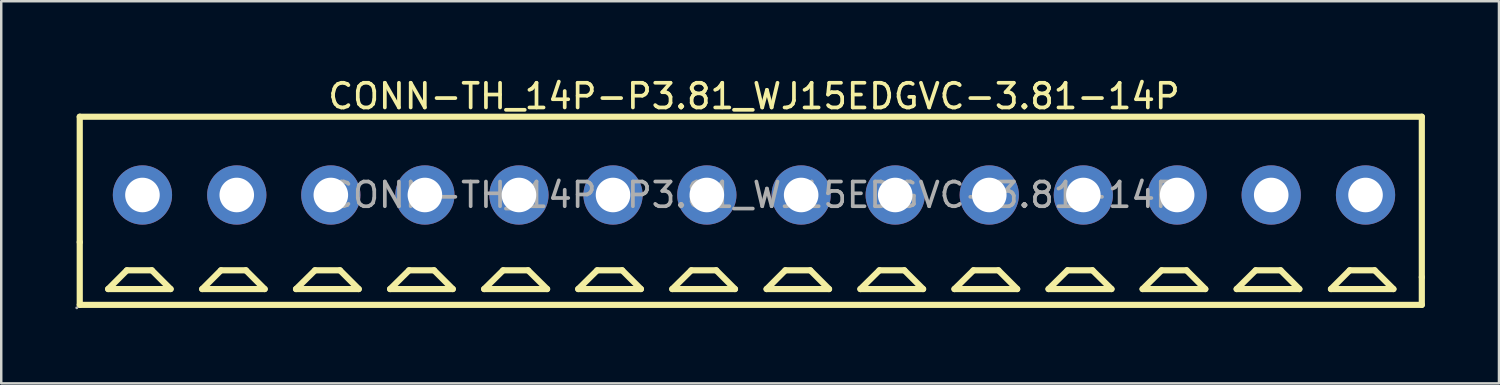
<source format=kicad_pcb>
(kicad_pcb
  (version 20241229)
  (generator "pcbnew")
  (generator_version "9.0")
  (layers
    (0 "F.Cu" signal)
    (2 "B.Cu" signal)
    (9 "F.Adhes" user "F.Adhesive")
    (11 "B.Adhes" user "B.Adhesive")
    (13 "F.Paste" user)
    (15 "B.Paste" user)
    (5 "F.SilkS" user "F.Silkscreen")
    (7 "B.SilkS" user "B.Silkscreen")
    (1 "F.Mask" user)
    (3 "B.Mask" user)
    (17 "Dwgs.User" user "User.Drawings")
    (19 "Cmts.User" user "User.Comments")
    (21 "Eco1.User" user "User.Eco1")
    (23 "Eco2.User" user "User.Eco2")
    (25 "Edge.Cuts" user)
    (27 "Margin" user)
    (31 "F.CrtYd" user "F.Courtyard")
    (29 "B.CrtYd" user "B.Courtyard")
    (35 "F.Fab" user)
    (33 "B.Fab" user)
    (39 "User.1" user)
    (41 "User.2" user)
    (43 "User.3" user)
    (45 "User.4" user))
  (footprint "CONN-TH_14P-P3.81_WJ15EDGVC-3.81-14P"
    (layer "F.Cu")
    (at 27.49 4.848)
    (property "Reference" "CONN-TH_14P-P3.81_WJ15EDGVC-3.81-14P" (at 0 -4 0) (layer "F.SilkS") (effects (font (size 1 1) (thickness 0.15))))
    (attr through_hole)
    (fp_line (start -27.31 -3.17) (end -27.31 1.91) (stroke (width 0.25) (type solid)) (layer "F.SilkS"))
    (fp_line (start -27.31 -3.17) (end 27.05 -3.17) (stroke (width 0.25) (type solid)) (layer "F.SilkS"))
    (fp_line (start -27.31 1.91) (end -27.31 4.45) (stroke (width 0.25) (type solid)) (layer "F.SilkS"))
    (fp_line (start -26.16 3.81) (end -25.4 3.05) (stroke (width 0.25) (type solid)) (layer "F.SilkS"))
    (fp_line (start -25.4 3.05) (end -24.39 3.05) (stroke (width 0.25) (type solid)) (layer "F.SilkS"))
    (fp_line (start -24.39 3.05) (end -23.63 3.81) (stroke (width 0.25) (type solid)) (layer "F.SilkS"))
    (fp_line (start -23.63 3.81) (end -26.16 3.81) (stroke (width 0.25) (type solid)) (layer "F.SilkS"))
    (fp_line (start -22.35 3.81) (end -21.59 3.05) (stroke (width 0.25) (type solid)) (layer "F.SilkS"))
    (fp_line (start -21.59 3.05) (end -20.58 3.05) (stroke (width 0.25) (type solid)) (layer "F.SilkS"))
    (fp_line (start -20.58 3.05) (end -19.82 3.81) (stroke (width 0.25) (type solid)) (layer "F.SilkS"))
    (fp_line (start -19.82 3.81) (end -22.35 3.81) (stroke (width 0.25) (type solid)) (layer "F.SilkS"))
    (fp_line (start -18.55 3.81) (end -17.78 3.05) (stroke (width 0.25) (type solid)) (layer "F.SilkS"))
    (fp_line (start -17.78 3.05) (end -16.77 3.05) (stroke (width 0.25) (type solid)) (layer "F.SilkS"))
    (fp_line (start -16.77 3.05) (end -16.01 3.81) (stroke (width 0.25) (type solid)) (layer "F.SilkS"))
    (fp_line (start -16.01 3.81) (end -18.55 3.81) (stroke (width 0.25) (type solid)) (layer "F.SilkS"))
    (fp_line (start -14.74 3.81) (end -13.97 3.05) (stroke (width 0.25) (type solid)) (layer "F.SilkS"))
    (fp_line (start -13.97 3.05) (end -12.96 3.05) (stroke (width 0.25) (type solid)) (layer "F.SilkS"))
    (fp_line (start -12.96 3.05) (end -12.2 3.81) (stroke (width 0.25) (type solid)) (layer "F.SilkS"))
    (fp_line (start -12.2 3.81) (end -14.74 3.81) (stroke (width 0.25) (type solid)) (layer "F.SilkS"))
    (fp_line (start -10.93 3.81) (end -10.16 3.05) (stroke (width 0.25) (type solid)) (layer "F.SilkS"))
    (fp_line (start -10.16 3.05) (end -9.15 3.05) (stroke (width 0.25) (type solid)) (layer "F.SilkS"))
    (fp_line (start -9.15 3.05) (end -8.38 3.81) (stroke (width 0.25) (type solid)) (layer "F.SilkS"))
    (fp_line (start -8.38 3.81) (end -10.93 3.81) (stroke (width 0.25) (type solid)) (layer "F.SilkS"))
    (fp_line (start -7.12 3.81) (end -6.35 3.05) (stroke (width 0.25) (type solid)) (layer "F.SilkS"))
    (fp_line (start -6.35 3.05) (end -5.34 3.05) (stroke (width 0.25) (type solid)) (layer "F.SilkS"))
    (fp_line (start -5.34 3.05) (end -4.58 3.81) (stroke (width 0.25) (type solid)) (layer "F.SilkS"))
    (fp_line (start -4.58 3.81) (end -7.12 3.81) (stroke (width 0.25) (type solid)) (layer "F.SilkS"))
    (fp_line (start -3.31 3.81) (end -2.54 3.05) (stroke (width 0.25) (type solid)) (layer "F.SilkS"))
    (fp_line (start -2.54 3.05) (end -1.53 3.05) (stroke (width 0.25) (type solid)) (layer "F.SilkS"))
    (fp_line (start -1.53 3.05) (end -0.77 3.81) (stroke (width 0.25) (type solid)) (layer "F.SilkS"))
    (fp_line (start -0.77 3.81) (end -3.31 3.81) (stroke (width 0.25) (type solid)) (layer "F.SilkS"))
    (fp_line (start 0.51 3.81) (end 1.27 3.05) (stroke (width 0.25) (type solid)) (layer "F.SilkS"))
    (fp_line (start 1.27 3.05) (end 2.28 3.05) (stroke (width 0.25) (type solid)) (layer "F.SilkS"))
    (fp_line (start 2.28 3.05) (end 3.04 3.81) (stroke (width 0.25) (type solid)) (layer "F.SilkS"))
    (fp_line (start 3.04 3.81) (end 0.51 3.81) (stroke (width 0.25) (type solid)) (layer "F.SilkS"))
    (fp_line (start 4.31 3.81) (end 5.08 3.05) (stroke (width 0.25) (type solid)) (layer "F.SilkS"))
    (fp_line (start 5.08 3.05) (end 6.09 3.05) (stroke (width 0.25) (type solid)) (layer "F.SilkS"))
    (fp_line (start 6.09 3.05) (end 6.85 3.81) (stroke (width 0.25) (type solid)) (layer "F.SilkS"))
    (fp_line (start 6.85 3.81) (end 4.31 3.81) (stroke (width 0.25) (type solid)) (layer "F.SilkS"))
    (fp_line (start 8.12 3.81) (end 8.89 3.05) (stroke (width 0.25) (type solid)) (layer "F.SilkS"))
    (fp_line (start 8.89 3.05) (end 9.9 3.05) (stroke (width 0.25) (type solid)) (layer "F.SilkS"))
    (fp_line (start 9.9 3.05) (end 10.66 3.81) (stroke (width 0.25) (type solid)) (layer "F.SilkS"))
    (fp_line (start 10.66 3.81) (end 8.12 3.81) (stroke (width 0.25) (type solid)) (layer "F.SilkS"))
    (fp_line (start 11.93 3.81) (end 12.7 3.05) (stroke (width 0.25) (type solid)) (layer "F.SilkS"))
    (fp_line (start 12.7 3.05) (end 13.71 3.05) (stroke (width 0.25) (type solid)) (layer "F.SilkS"))
    (fp_line (start 13.71 3.05) (end 14.48 3.81) (stroke (width 0.25) (type solid)) (layer "F.SilkS"))
    (fp_line (start 14.48 3.81) (end 11.93 3.81) (stroke (width 0.25) (type solid)) (layer "F.SilkS"))
    (fp_line (start 15.74 3.81) (end 16.51 3.05) (stroke (width 0.25) (type solid)) (layer "F.SilkS"))
    (fp_line (start 16.51 3.05) (end 17.52 3.05) (stroke (width 0.25) (type solid)) (layer "F.SilkS"))
    (fp_line (start 17.52 3.05) (end 18.28 3.81) (stroke (width 0.25) (type solid)) (layer "F.SilkS"))
    (fp_line (start 18.28 3.81) (end 15.74 3.81) (stroke (width 0.25) (type solid)) (layer "F.SilkS"))
    (fp_line (start 19.55 3.81) (end 20.32 3.05) (stroke (width 0.25) (type solid)) (layer "F.SilkS"))
    (fp_line (start 20.32 3.05) (end 21.33 3.05) (stroke (width 0.25) (type solid)) (layer "F.SilkS"))
    (fp_line (start 21.33 3.05) (end 22.09 3.81) (stroke (width 0.25) (type solid)) (layer "F.SilkS"))
    (fp_line (start 22.09 3.81) (end 19.55 3.81) (stroke (width 0.25) (type solid)) (layer "F.SilkS"))
    (fp_line (start 23.37 3.81) (end 24.13 3.05) (stroke (width 0.25) (type solid)) (layer "F.SilkS"))
    (fp_line (start 24.13 3.05) (end 25.14 3.05) (stroke (width 0.25) (type solid)) (layer "F.SilkS"))
    (fp_line (start 25.14 3.05) (end 25.9 3.81) (stroke (width 0.25) (type solid)) (layer "F.SilkS"))
    (fp_line (start 25.9 3.81) (end 23.37 3.81) (stroke (width 0.25) (type solid)) (layer "F.SilkS"))
    (fp_line (start 27.05 -3.17) (end 27.05 3.33) (stroke (width 0.25) (type solid)) (layer "F.SilkS"))
    (fp_line (start 27.05 3.33) (end 27.05 4.45) (stroke (width 0.25) (type solid)) (layer "F.SilkS"))
    (fp_line (start 27.05 4.45) (end -27.31 4.45) (stroke (width 0.25) (type solid)) (layer "F.SilkS"))
    (fp_circle (center -27.43 4.57) (end -27.4 4.57) (stroke (width 0.06) (type solid)) (fill no) (layer "F.Fab"))
    (fp_circle (center -24.77 0) (end -24.47 0) (stroke (width 0.6) (type solid)) (fill no) (layer "F.Fab"))
    (fp_circle (center -20.95 0) (end -20.65 0) (stroke (width 0.6) (type solid)) (fill no) (layer "F.Fab"))
    (fp_circle (center -17.14 0) (end -16.84 0) (stroke (width 0.6) (type solid)) (fill no) (layer "F.Fab"))
    (fp_circle (center -13.33 0) (end -13.03 0) (stroke (width 0.6) (type solid)) (fill no) (layer "F.Fab"))
    (fp_circle (center -9.52 0) (end -9.22 0) (stroke (width 0.6) (type solid)) (fill no) (layer "F.Fab"))
    (fp_circle (center -5.71 0) (end -5.41 0) (stroke (width 0.6) (type solid)) (fill no) (layer "F.Fab"))
    (fp_circle (center -1.91 0) (end -1.61 0) (stroke (width 0.6) (type solid)) (fill no) (layer "F.Fab"))
    (fp_circle (center 1.91 0) (end 2.21 0) (stroke (width 0.6) (type solid)) (fill no) (layer "F.Fab"))
    (fp_circle (center 5.72 0) (end 6.02 0) (stroke (width 0.6) (type solid)) (fill no) (layer "F.Fab"))
    (fp_circle (center 9.53 0) (end 9.83 0) (stroke (width 0.6) (type solid)) (fill no) (layer "F.Fab"))
    (fp_circle (center 13.34 0) (end 13.64 0) (stroke (width 0.6) (type solid)) (fill no) (layer "F.Fab"))
    (fp_circle (center 17.14 0) (end 17.44 0) (stroke (width 0.6) (type solid)) (fill no) (layer "F.Fab"))
    (fp_circle (center 20.95 0) (end 21.25 0) (stroke (width 0.6) (type solid)) (fill no) (layer "F.Fab"))
    (fp_circle (center 24.77 0) (end 25.07 0) (stroke (width 0.6) (type solid)) (fill no) (layer "F.Fab"))
    (fp_text user "${REFERENCE}" (at 0 0 0) (layer "F.Fab") (effects (font (size 1 1) (thickness 0.15))))
    (pad "1" thru_hole circle (at -24.77 0) (size 2.4 2.4) (drill 1.4) (layers "*.Cu" "*.Paste" "*.Mask"))
    (pad "2" thru_hole circle (at -20.95 0) (size 2.4 2.4) (drill 1.4) (layers "*.Cu" "*.Paste" "*.Mask"))
    (pad "3" thru_hole circle (at -17.14 0) (size 2.4 2.4) (drill 1.4) (layers "*.Cu" "*.Paste" "*.Mask"))
    (pad "4" thru_hole circle (at -13.33 0) (size 2.4 2.4) (drill 1.4) (layers "*.Cu" "*.Paste" "*.Mask"))
    (pad "5" thru_hole circle (at -9.52 0) (size 2.4 2.4) (drill 1.4) (layers "*.Cu" "*.Paste" "*.Mask"))
    (pad "6" thru_hole circle (at -5.71 0) (size 2.4 2.4) (drill 1.4) (layers "*.Cu" "*.Paste" "*.Mask"))
    (pad "7" thru_hole circle (at -1.91 0) (size 2.4 2.4) (drill 1.4) (layers "*.Cu" "*.Paste" "*.Mask"))
    (pad "8" thru_hole circle (at 1.91 0) (size 2.4 2.4) (drill 1.4) (layers "*.Cu" "*.Paste" "*.Mask"))
    (pad "9" thru_hole circle (at 5.72 0) (size 2.4 2.4) (drill 1.4) (layers "*.Cu" "*.Paste" "*.Mask"))
    (pad "10" thru_hole circle (at 9.53 0) (size 2.4 2.4) (drill 1.4) (layers "*.Cu" "*.Paste" "*.Mask"))
    (pad "11" thru_hole circle (at 13.34 0) (size 2.4 2.4) (drill 1.4) (layers "*.Cu" "*.Paste" "*.Mask"))
    (pad "12" thru_hole circle (at 17.14 0) (size 2.4 2.4) (drill 1.4) (layers "*.Cu" "*.Paste" "*.Mask"))
    (pad "13" thru_hole circle (at 20.95 0) (size 2.4 2.4) (drill 1.4) (layers "*.Cu" "*.Paste" "*.Mask"))
    (pad "14" thru_hole circle (at 24.77 0) (size 2.4 2.4) (drill 1.4) (layers "*.Cu" "*.Paste" "*.Mask")))
  (gr_rect
    (start -3 -3)
    (end 57.665 12.478)
    (stroke (width 0.1) (type default))
    (fill no)
    (layer "Edge.Cuts")))
</source>
